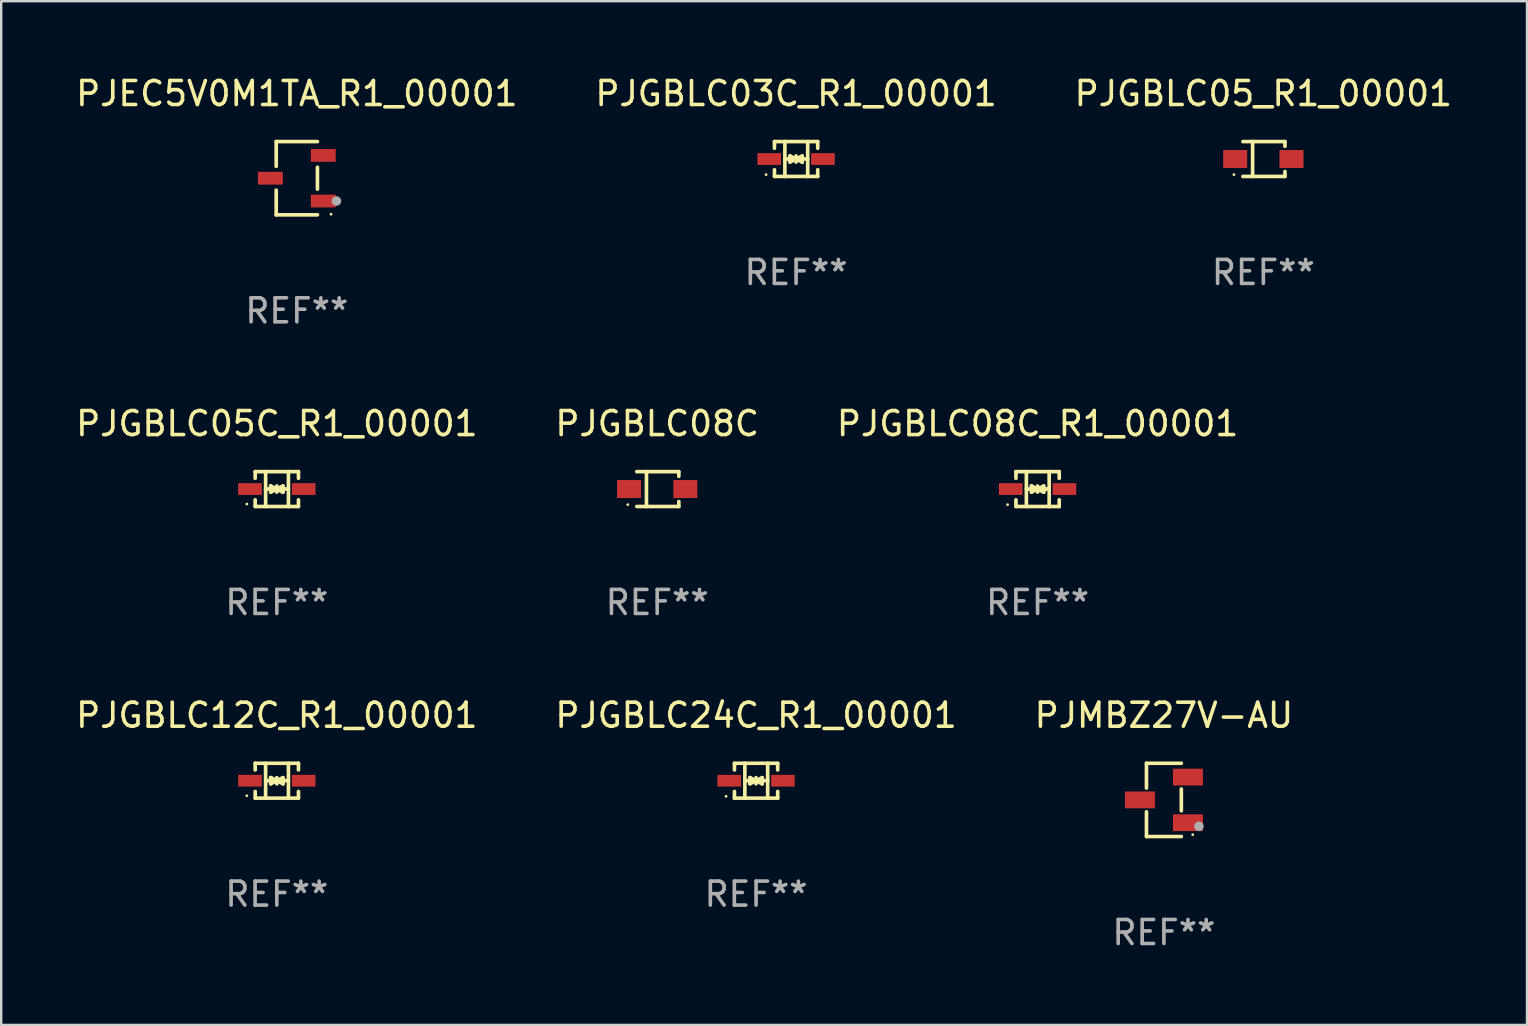
<source format=kicad_pcb>
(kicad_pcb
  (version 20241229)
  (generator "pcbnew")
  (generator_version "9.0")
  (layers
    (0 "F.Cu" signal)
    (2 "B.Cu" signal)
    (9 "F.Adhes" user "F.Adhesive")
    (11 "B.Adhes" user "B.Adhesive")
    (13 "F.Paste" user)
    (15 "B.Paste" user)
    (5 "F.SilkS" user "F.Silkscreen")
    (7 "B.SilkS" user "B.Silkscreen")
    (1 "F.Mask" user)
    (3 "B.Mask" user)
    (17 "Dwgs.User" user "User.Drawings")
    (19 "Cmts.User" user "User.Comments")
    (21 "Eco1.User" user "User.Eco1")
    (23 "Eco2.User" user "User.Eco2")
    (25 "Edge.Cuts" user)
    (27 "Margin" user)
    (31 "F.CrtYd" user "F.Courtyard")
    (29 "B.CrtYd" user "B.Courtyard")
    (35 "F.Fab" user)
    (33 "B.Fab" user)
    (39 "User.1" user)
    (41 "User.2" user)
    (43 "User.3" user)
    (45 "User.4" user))
  (footprint "PJGBLC08C"
    (layer "F.Cu")
    (at 24.327 17.323)
    (property "Reference" "PJGBLC08C" (at 0 -2.726 0) (layer "F.SilkS") (effects (font (size 1 1) (thickness 0.15))))
    (attr through_hole)
    (fp_line (start -0.851 -0.726) (end 0.901 -0.726) (stroke (width 0.152) (type solid)) (layer "F.SilkS"))
    (fp_line (start -0.851 0.726) (end 0.901 0.726) (stroke (width 0.152) (type solid)) (layer "F.SilkS"))
    (fp_line (start -0.447 -0.726) (end -0.447 0.726) (stroke (width 0.152) (type solid)) (layer "F.SilkS"))
    (fp_line (start 0.901 -0.726) (end 0.901 -0.53) (stroke (width 0.152) (type solid)) (layer "F.SilkS"))
    (fp_line (start 0.901 0.726) (end 0.901 0.52) (stroke (width 0.152) (type solid)) (layer "F.SilkS"))
    (fp_circle (center -1.225 0.65) (end -1.195 0.65) (stroke (width 0.06) (type solid)) (fill no) (layer "F.SilkS"))
    (fp_text user "REF**" (at 0 4.726 0) (layer "F.Fab") (effects (font (size 1 1) (thickness 0.15))))
    (pad "1" smd rect (at -1.173 0) (size 1 0.75) (layers "F.Cu" "F.Mask" "F.Paste"))
    (pad "2" smd rect (at 1.173 0) (size 1 0.75) (layers "F.Cu" "F.Mask" "F.Paste")))
  (footprint "PJGBLC05C_R1_00001"
    (layer "F.Cu")
    (at 8.482 17.323)
    (property "Reference" "PJGBLC05C_R1_00001" (at 0 -2.726 0) (layer "F.SilkS") (effects (font (size 1 1) (thickness 0.15))))
    (attr through_hole)
    (fp_line (start -0.901 -0.726) (end -0.901 -0.448) (stroke (width 0.152) (type solid)) (layer "F.SilkS"))
    (fp_line (start -0.901 0.726) (end -0.901 0.448) (stroke (width 0.152) (type solid)) (layer "F.SilkS"))
    (fp_line (start -0.467 0) (end 0.483 -0.003) (stroke (width 0.154) (type solid)) (layer "F.SilkS"))
    (fp_line (start -0.467 0.726) (end -0.467 -0.726) (stroke (width 0.152) (type solid)) (layer "F.SilkS"))
    (fp_line (start -0.254 -0.127) (end -0.254 -0.127) (stroke (width 0.154) (type solid)) (layer "F.SilkS"))
    (fp_line (start -0.254 -0.127) (end -0.002 -0.003) (stroke (width 0.154) (type solid)) (layer "F.SilkS"))
    (fp_line (start -0.254 0.127) (end -0.254 -0.127) (stroke (width 0.154) (type solid)) (layer "F.SilkS"))
    (fp_line (start -0.127 0) (end 0.003 0) (stroke (width 0.154) (type solid)) (layer "F.SilkS"))
    (fp_line (start -0.003 0) (end -0.254 0.127) (stroke (width 0.154) (type solid)) (layer "F.SilkS"))
    (fp_line (start 0 -0.127) (end 0 0.127) (stroke (width 0.154) (type solid)) (layer "F.SilkS"))
    (fp_line (start 0.003 0) (end 0.254 -0.127) (stroke (width 0.154) (type solid)) (layer "F.SilkS"))
    (fp_line (start 0.127 0) (end -0.003 0) (stroke (width 0.154) (type solid)) (layer "F.SilkS"))
    (fp_line (start 0.254 -0.127) (end 0.254 0.127) (stroke (width 0.154) (type solid)) (layer "F.SilkS"))
    (fp_line (start 0.254 0.127) (end 0.002 0.003) (stroke (width 0.154) (type solid)) (layer "F.SilkS"))
    (fp_line (start 0.254 0.127) (end 0.254 0.127) (stroke (width 0.154) (type solid)) (layer "F.SilkS"))
    (fp_line (start 0.483 0.726) (end 0.483 -0.726) (stroke (width 0.152) (type solid)) (layer "F.SilkS"))
    (fp_line (start 0.901 -0.726) (end -0.901 -0.726) (stroke (width 0.152) (type solid)) (layer "F.SilkS"))
    (fp_line (start 0.901 -0.726) (end 0.901 -0.448) (stroke (width 0.152) (type solid)) (layer "F.SilkS"))
    (fp_line (start 0.901 0.726) (end -0.901 0.726) (stroke (width 0.152) (type solid)) (layer "F.SilkS"))
    (fp_line (start 0.901 0.726) (end 0.901 0.448) (stroke (width 0.152) (type solid)) (layer "F.SilkS"))
    (fp_circle (center -1.25 0.625) (end -1.22 0.625) (stroke (width 0.06) (type solid)) (fill no) (layer "F.SilkS"))
    (fp_text user "REF**" (at 0 4.726 0) (layer "F.Fab") (effects (font (size 1 1) (thickness 0.15))))
    (pad "1" smd rect (at -1.118 0) (size 0.985 0.49) (layers "F.Cu" "F.Mask" "F.Paste"))
    (pad "2" smd rect (at 1.118 0) (size 0.985 0.49) (layers "F.Cu" "F.Mask" "F.Paste")))
  (footprint "PJEC5V0M1TA_R1_00001"
    (layer "F.Cu")
    (at 9.315 4.374)
    (property "Reference" "PJEC5V0M1TA_R1_00001" (at 0 -3.526 0) (layer "F.SilkS") (effects (font (size 1 1) (thickness 0.15))))
    (attr through_hole)
    (fp_line (start -0.859 -1.526) (end -0.859 -0.495) (stroke (width 0.152) (type solid)) (layer "F.SilkS"))
    (fp_line (start -0.859 1.526) (end -0.859 0.495) (stroke (width 0.152) (type solid)) (layer "F.SilkS"))
    (fp_line (start 0.859 -1.526) (end -0.859 -1.526) (stroke (width 0.152) (type solid)) (layer "F.SilkS"))
    (fp_line (start 0.859 -0.455) (end 0.859 0.455) (stroke (width 0.152) (type solid)) (layer "F.SilkS"))
    (fp_line (start 0.859 1.526) (end -0.859 1.526) (stroke (width 0.152) (type solid)) (layer "F.SilkS"))
    (fp_circle (center 1.425 1.5) (end 1.455 1.5) (stroke (width 0.06) (type solid)) (fill no) (layer "F.SilkS"))
    (fp_circle (center 1.65 0.95) (end 1.75 0.95) (stroke (width 0.2) (type solid)) (fill no) (layer "F.Fab"))
    (fp_text user "REF**" (at 0 5.526 0) (layer "F.Fab") (effects (font (size 1 1) (thickness 0.15))))
    (pad "1" smd rect (at 1.101 0.95) (size 1.037 0.532) (layers "F.Cu" "F.Mask" "F.Paste"))
    (pad "2" smd rect (at 1.101 -0.95) (size 1.037 0.532) (layers "F.Cu" "F.Mask" "F.Paste"))
    (pad "3" smd rect (at -1.101 0) (size 1.037 0.532) (layers "F.Cu" "F.Mask" "F.Paste")))
  (footprint "PJGBLC03C_R1_00001"
    (layer "F.Cu")
    (at 30.113 3.574)
    (property "Reference" "PJGBLC03C_R1_00001" (at 0 -2.726 0) (layer "F.SilkS") (effects (font (size 1 1) (thickness 0.15))))
    (attr through_hole)
    (fp_line (start -0.901 -0.726) (end -0.901 -0.448) (stroke (width 0.152) (type solid)) (layer "F.SilkS"))
    (fp_line (start -0.901 0.726) (end -0.901 0.448) (stroke (width 0.152) (type solid)) (layer "F.SilkS"))
    (fp_line (start -0.467 0) (end 0.483 -0.003) (stroke (width 0.154) (type solid)) (layer "F.SilkS"))
    (fp_line (start -0.467 0.726) (end -0.467 -0.726) (stroke (width 0.152) (type solid)) (layer "F.SilkS"))
    (fp_line (start -0.254 -0.127) (end -0.254 -0.127) (stroke (width 0.154) (type solid)) (layer "F.SilkS"))
    (fp_line (start -0.254 -0.127) (end -0.002 -0.003) (stroke (width 0.154) (type solid)) (layer "F.SilkS"))
    (fp_line (start -0.254 0.127) (end -0.254 -0.127) (stroke (width 0.154) (type solid)) (layer "F.SilkS"))
    (fp_line (start -0.127 0) (end 0.003 0) (stroke (width 0.154) (type solid)) (layer "F.SilkS"))
    (fp_line (start -0.003 0) (end -0.254 0.127) (stroke (width 0.154) (type solid)) (layer "F.SilkS"))
    (fp_line (start 0 -0.127) (end 0 0.127) (stroke (width 0.154) (type solid)) (layer "F.SilkS"))
    (fp_line (start 0.003 0) (end 0.254 -0.127) (stroke (width 0.154) (type solid)) (layer "F.SilkS"))
    (fp_line (start 0.127 0) (end -0.003 0) (stroke (width 0.154) (type solid)) (layer "F.SilkS"))
    (fp_line (start 0.254 -0.127) (end 0.254 0.127) (stroke (width 0.154) (type solid)) (layer "F.SilkS"))
    (fp_line (start 0.254 0.127) (end 0.002 0.003) (stroke (width 0.154) (type solid)) (layer "F.SilkS"))
    (fp_line (start 0.254 0.127) (end 0.254 0.127) (stroke (width 0.154) (type solid)) (layer "F.SilkS"))
    (fp_line (start 0.483 0.726) (end 0.483 -0.726) (stroke (width 0.152) (type solid)) (layer "F.SilkS"))
    (fp_line (start 0.901 -0.726) (end -0.901 -0.726) (stroke (width 0.152) (type solid)) (layer "F.SilkS"))
    (fp_line (start 0.901 -0.726) (end 0.901 -0.448) (stroke (width 0.152) (type solid)) (layer "F.SilkS"))
    (fp_line (start 0.901 0.726) (end -0.901 0.726) (stroke (width 0.152) (type solid)) (layer "F.SilkS"))
    (fp_line (start 0.901 0.726) (end 0.901 0.448) (stroke (width 0.152) (type solid)) (layer "F.SilkS"))
    (fp_circle (center -1.25 0.65) (end -1.22 0.65) (stroke (width 0.06) (type solid)) (fill no) (layer "F.SilkS"))
    (fp_text user "REF**" (at 0 4.726 0) (layer "F.Fab") (effects (font (size 1 1) (thickness 0.15))))
    (pad "1" smd rect (at -1.118 0) (size 0.985 0.49) (layers "F.Cu" "F.Mask" "F.Paste"))
    (pad "2" smd rect (at 1.118 0) (size 0.985 0.49) (layers "F.Cu" "F.Mask" "F.Paste")))
  (footprint "PJGBLC05_R1_00001"
    (layer "F.Cu")
    (at 49.577 3.574)
    (property "Reference" "PJGBLC05_R1_00001" (at 0 -2.726 0) (layer "F.SilkS") (effects (font (size 1 1) (thickness 0.15))))
    (attr through_hole)
    (fp_line (start -0.851 -0.726) (end 0.901 -0.726) (stroke (width 0.152) (type solid)) (layer "F.SilkS"))
    (fp_line (start -0.851 0.726) (end 0.901 0.726) (stroke (width 0.152) (type solid)) (layer "F.SilkS"))
    (fp_line (start -0.447 -0.726) (end -0.447 0.726) (stroke (width 0.152) (type solid)) (layer "F.SilkS"))
    (fp_line (start 0.901 -0.726) (end 0.901 -0.53) (stroke (width 0.152) (type solid)) (layer "F.SilkS"))
    (fp_line (start 0.901 0.726) (end 0.901 0.52) (stroke (width 0.152) (type solid)) (layer "F.SilkS"))
    (fp_circle (center -1.225 0.65) (end -1.195 0.65) (stroke (width 0.06) (type solid)) (fill no) (layer "F.SilkS"))
    (fp_text user "REF**" (at 0 4.726 0) (layer "F.Fab") (effects (font (size 1 1) (thickness 0.15))))
    (pad "1" smd rect (at -1.173 0) (size 1 0.75) (layers "F.Cu" "F.Mask" "F.Paste"))
    (pad "2" smd rect (at 1.173 0) (size 1 0.75) (layers "F.Cu" "F.Mask" "F.Paste")))
  (footprint "PJGBLC24C_R1_00001"
    (layer "F.Cu")
    (at 28.446 29.472)
    (property "Reference" "PJGBLC24C_R1_00001" (at 0 -2.726 0) (layer "F.SilkS") (effects (font (size 1 1) (thickness 0.15))))
    (attr through_hole)
    (fp_line (start -0.901 -0.726) (end -0.901 -0.448) (stroke (width 0.152) (type solid)) (layer "F.SilkS"))
    (fp_line (start -0.901 0.726) (end -0.901 0.448) (stroke (width 0.152) (type solid)) (layer "F.SilkS"))
    (fp_line (start -0.467 0) (end 0.483 -0.003) (stroke (width 0.154) (type solid)) (layer "F.SilkS"))
    (fp_line (start -0.467 0.726) (end -0.467 -0.726) (stroke (width 0.152) (type solid)) (layer "F.SilkS"))
    (fp_line (start -0.254 -0.127) (end -0.254 -0.127) (stroke (width 0.154) (type solid)) (layer "F.SilkS"))
    (fp_line (start -0.254 -0.127) (end -0.002 -0.003) (stroke (width 0.154) (type solid)) (layer "F.SilkS"))
    (fp_line (start -0.254 0.127) (end -0.254 -0.127) (stroke (width 0.154) (type solid)) (layer "F.SilkS"))
    (fp_line (start -0.127 0) (end 0.003 0) (stroke (width 0.154) (type solid)) (layer "F.SilkS"))
    (fp_line (start -0.003 0) (end -0.254 0.127) (stroke (width 0.154) (type solid)) (layer "F.SilkS"))
    (fp_line (start 0 -0.127) (end 0 0.127) (stroke (width 0.154) (type solid)) (layer "F.SilkS"))
    (fp_line (start 0.003 0) (end 0.254 -0.127) (stroke (width 0.154) (type solid)) (layer "F.SilkS"))
    (fp_line (start 0.127 0) (end -0.003 0) (stroke (width 0.154) (type solid)) (layer "F.SilkS"))
    (fp_line (start 0.254 -0.127) (end 0.254 0.127) (stroke (width 0.154) (type solid)) (layer "F.SilkS"))
    (fp_line (start 0.254 0.127) (end 0.002 0.003) (stroke (width 0.154) (type solid)) (layer "F.SilkS"))
    (fp_line (start 0.254 0.127) (end 0.254 0.127) (stroke (width 0.154) (type solid)) (layer "F.SilkS"))
    (fp_line (start 0.483 0.726) (end 0.483 -0.726) (stroke (width 0.152) (type solid)) (layer "F.SilkS"))
    (fp_line (start 0.901 -0.726) (end -0.901 -0.726) (stroke (width 0.152) (type solid)) (layer "F.SilkS"))
    (fp_line (start 0.901 -0.726) (end 0.901 -0.448) (stroke (width 0.152) (type solid)) (layer "F.SilkS"))
    (fp_line (start 0.901 0.726) (end -0.901 0.726) (stroke (width 0.152) (type solid)) (layer "F.SilkS"))
    (fp_line (start 0.901 0.726) (end 0.901 0.448) (stroke (width 0.152) (type solid)) (layer "F.SilkS"))
    (fp_circle (center -1.25 0.65) (end -1.22 0.65) (stroke (width 0.06) (type solid)) (fill no) (layer "F.SilkS"))
    (fp_text user "REF**" (at 0 4.726 0) (layer "F.Fab") (effects (font (size 1 1) (thickness 0.15))))
    (pad "1" smd rect (at -1.118 0) (size 0.985 0.49) (layers "F.Cu" "F.Mask" "F.Paste"))
    (pad "2" smd rect (at 1.118 0) (size 0.985 0.49) (layers "F.Cu" "F.Mask" "F.Paste")))
  (footprint "PJGBLC12C_R1_00001"
    (layer "F.Cu")
    (at 8.482 29.472)
    (property "Reference" "PJGBLC12C_R1_00001" (at 0 -2.726 0) (layer "F.SilkS") (effects (font (size 1 1) (thickness 0.15))))
    (attr through_hole)
    (fp_line (start -0.901 -0.726) (end -0.901 -0.448) (stroke (width 0.152) (type solid)) (layer "F.SilkS"))
    (fp_line (start -0.901 0.726) (end -0.901 0.448) (stroke (width 0.152) (type solid)) (layer "F.SilkS"))
    (fp_line (start -0.467 0) (end 0.483 -0.003) (stroke (width 0.154) (type solid)) (layer "F.SilkS"))
    (fp_line (start -0.467 0.726) (end -0.467 -0.726) (stroke (width 0.152) (type solid)) (layer "F.SilkS"))
    (fp_line (start -0.254 -0.127) (end -0.254 -0.127) (stroke (width 0.154) (type solid)) (layer "F.SilkS"))
    (fp_line (start -0.254 -0.127) (end -0.002 -0.003) (stroke (width 0.154) (type solid)) (layer "F.SilkS"))
    (fp_line (start -0.254 0.127) (end -0.254 -0.127) (stroke (width 0.154) (type solid)) (layer "F.SilkS"))
    (fp_line (start -0.127 0) (end 0.003 0) (stroke (width 0.154) (type solid)) (layer "F.SilkS"))
    (fp_line (start -0.003 0) (end -0.254 0.127) (stroke (width 0.154) (type solid)) (layer "F.SilkS"))
    (fp_line (start 0 -0.127) (end 0 0.127) (stroke (width 0.154) (type solid)) (layer "F.SilkS"))
    (fp_line (start 0.003 0) (end 0.254 -0.127) (stroke (width 0.154) (type solid)) (layer "F.SilkS"))
    (fp_line (start 0.127 0) (end -0.003 0) (stroke (width 0.154) (type solid)) (layer "F.SilkS"))
    (fp_line (start 0.254 -0.127) (end 0.254 0.127) (stroke (width 0.154) (type solid)) (layer "F.SilkS"))
    (fp_line (start 0.254 0.127) (end 0.002 0.003) (stroke (width 0.154) (type solid)) (layer "F.SilkS"))
    (fp_line (start 0.254 0.127) (end 0.254 0.127) (stroke (width 0.154) (type solid)) (layer "F.SilkS"))
    (fp_line (start 0.483 0.726) (end 0.483 -0.726) (stroke (width 0.152) (type solid)) (layer "F.SilkS"))
    (fp_line (start 0.901 -0.726) (end -0.901 -0.726) (stroke (width 0.152) (type solid)) (layer "F.SilkS"))
    (fp_line (start 0.901 -0.726) (end 0.901 -0.448) (stroke (width 0.152) (type solid)) (layer "F.SilkS"))
    (fp_line (start 0.901 0.726) (end -0.901 0.726) (stroke (width 0.152) (type solid)) (layer "F.SilkS"))
    (fp_line (start 0.901 0.726) (end 0.901 0.448) (stroke (width 0.152) (type solid)) (layer "F.SilkS"))
    (fp_circle (center -1.25 0.625) (end -1.22 0.625) (stroke (width 0.06) (type solid)) (fill no) (layer "F.SilkS"))
    (fp_text user "REF**" (at 0 4.726 0) (layer "F.Fab") (effects (font (size 1 1) (thickness 0.15))))
    (pad "1" smd rect (at -1.118 0) (size 0.985 0.49) (layers "F.Cu" "F.Mask" "F.Paste"))
    (pad "2" smd rect (at 1.118 0) (size 0.985 0.49) (layers "F.Cu" "F.Mask" "F.Paste")))
  (footprint "PJGBLC08C_R1_00001"
    (layer "F.Cu")
    (at 40.173 17.323)
    (property "Reference" "PJGBLC08C_R1_00001" (at 0 -2.726 0) (layer "F.SilkS") (effects (font (size 1 1) (thickness 0.15))))
    (attr through_hole)
    (fp_line (start -0.901 -0.726) (end -0.901 -0.448) (stroke (width 0.152) (type solid)) (layer "F.SilkS"))
    (fp_line (start -0.901 0.726) (end -0.901 0.448) (stroke (width 0.152) (type solid)) (layer "F.SilkS"))
    (fp_line (start -0.467 0) (end 0.483 -0.003) (stroke (width 0.154) (type solid)) (layer "F.SilkS"))
    (fp_line (start -0.467 0.726) (end -0.467 -0.726) (stroke (width 0.152) (type solid)) (layer "F.SilkS"))
    (fp_line (start -0.254 -0.127) (end -0.254 -0.127) (stroke (width 0.154) (type solid)) (layer "F.SilkS"))
    (fp_line (start -0.254 -0.127) (end -0.002 -0.003) (stroke (width 0.154) (type solid)) (layer "F.SilkS"))
    (fp_line (start -0.254 0.127) (end -0.254 -0.127) (stroke (width 0.154) (type solid)) (layer "F.SilkS"))
    (fp_line (start -0.127 0) (end 0.003 0) (stroke (width 0.154) (type solid)) (layer "F.SilkS"))
    (fp_line (start -0.003 0) (end -0.254 0.127) (stroke (width 0.154) (type solid)) (layer "F.SilkS"))
    (fp_line (start 0 -0.127) (end 0 0.127) (stroke (width 0.154) (type solid)) (layer "F.SilkS"))
    (fp_line (start 0.003 0) (end 0.254 -0.127) (stroke (width 0.154) (type solid)) (layer "F.SilkS"))
    (fp_line (start 0.127 0) (end -0.003 0) (stroke (width 0.154) (type solid)) (layer "F.SilkS"))
    (fp_line (start 0.254 -0.127) (end 0.254 0.127) (stroke (width 0.154) (type solid)) (layer "F.SilkS"))
    (fp_line (start 0.254 0.127) (end 0.002 0.003) (stroke (width 0.154) (type solid)) (layer "F.SilkS"))
    (fp_line (start 0.254 0.127) (end 0.254 0.127) (stroke (width 0.154) (type solid)) (layer "F.SilkS"))
    (fp_line (start 0.483 0.726) (end 0.483 -0.726) (stroke (width 0.152) (type solid)) (layer "F.SilkS"))
    (fp_line (start 0.901 -0.726) (end -0.901 -0.726) (stroke (width 0.152) (type solid)) (layer "F.SilkS"))
    (fp_line (start 0.901 -0.726) (end 0.901 -0.448) (stroke (width 0.152) (type solid)) (layer "F.SilkS"))
    (fp_line (start 0.901 0.726) (end -0.901 0.726) (stroke (width 0.152) (type solid)) (layer "F.SilkS"))
    (fp_line (start 0.901 0.726) (end 0.901 0.448) (stroke (width 0.152) (type solid)) (layer "F.SilkS"))
    (fp_circle (center -1.25 0.65) (end -1.22 0.65) (stroke (width 0.06) (type solid)) (fill no) (layer "F.SilkS"))
    (fp_text user "REF**" (at 0 4.726 0) (layer "F.Fab") (effects (font (size 1 1) (thickness 0.15))))
    (pad "1" smd rect (at -1.118 0) (size 0.985 0.49) (layers "F.Cu" "F.Mask" "F.Paste"))
    (pad "2" smd rect (at 1.118 0) (size 0.985 0.49) (layers "F.Cu" "F.Mask" "F.Paste")))
  (footprint "PJMBZ27V-AU"
    (layer "F.Cu")
    (at 45.435 30.272)
    (property "Reference" "PJMBZ27V-AU" (at 0 -3.526 0) (layer "F.SilkS") (effects (font (size 1 1) (thickness 0.15))))
    (attr through_hole)
    (fp_line (start -0.726 -1.526) (end -0.726 -0.495) (stroke (width 0.152) (type solid)) (layer "F.SilkS"))
    (fp_line (start -0.726 1.526) (end -0.726 0.495) (stroke (width 0.152) (type solid)) (layer "F.SilkS"))
    (fp_line (start 0.726 -1.526) (end -0.726 -1.526) (stroke (width 0.152) (type solid)) (layer "F.SilkS"))
    (fp_line (start 0.726 -0.455) (end 0.726 0.455) (stroke (width 0.152) (type solid)) (layer "F.SilkS"))
    (fp_line (start 0.726 1.526) (end -0.726 1.526) (stroke (width 0.152) (type solid)) (layer "F.SilkS"))
    (fp_circle (center 1.2 1.45) (end 1.23 1.45) (stroke (width 0.06) (type solid)) (fill no) (layer "F.SilkS"))
    (fp_circle (center 1.46 1.1) (end 1.56 1.1) (stroke (width 0.2) (type solid)) (fill no) (layer "F.Fab"))
    (fp_text user "REF**" (at 0 5.526 0) (layer "F.Fab") (effects (font (size 1 1) (thickness 0.15))))
    (pad "1" smd rect (at 1 0.95) (size 1.25 0.7) (layers "F.Cu" "F.Mask" "F.Paste"))
    (pad "2" smd rect (at 1 -0.95) (size 1.25 0.7) (layers "F.Cu" "F.Mask" "F.Paste"))
    (pad "3" smd rect (at -1 0) (size 1.25 0.7) (layers "F.Cu" "F.Mask" "F.Paste")))
  (gr_rect
    (start -3 -3)
    (end 60.56 39.647)
    (stroke (width 0.1) (type default))
    (fill no)
    (layer "Edge.Cuts")))
</source>
